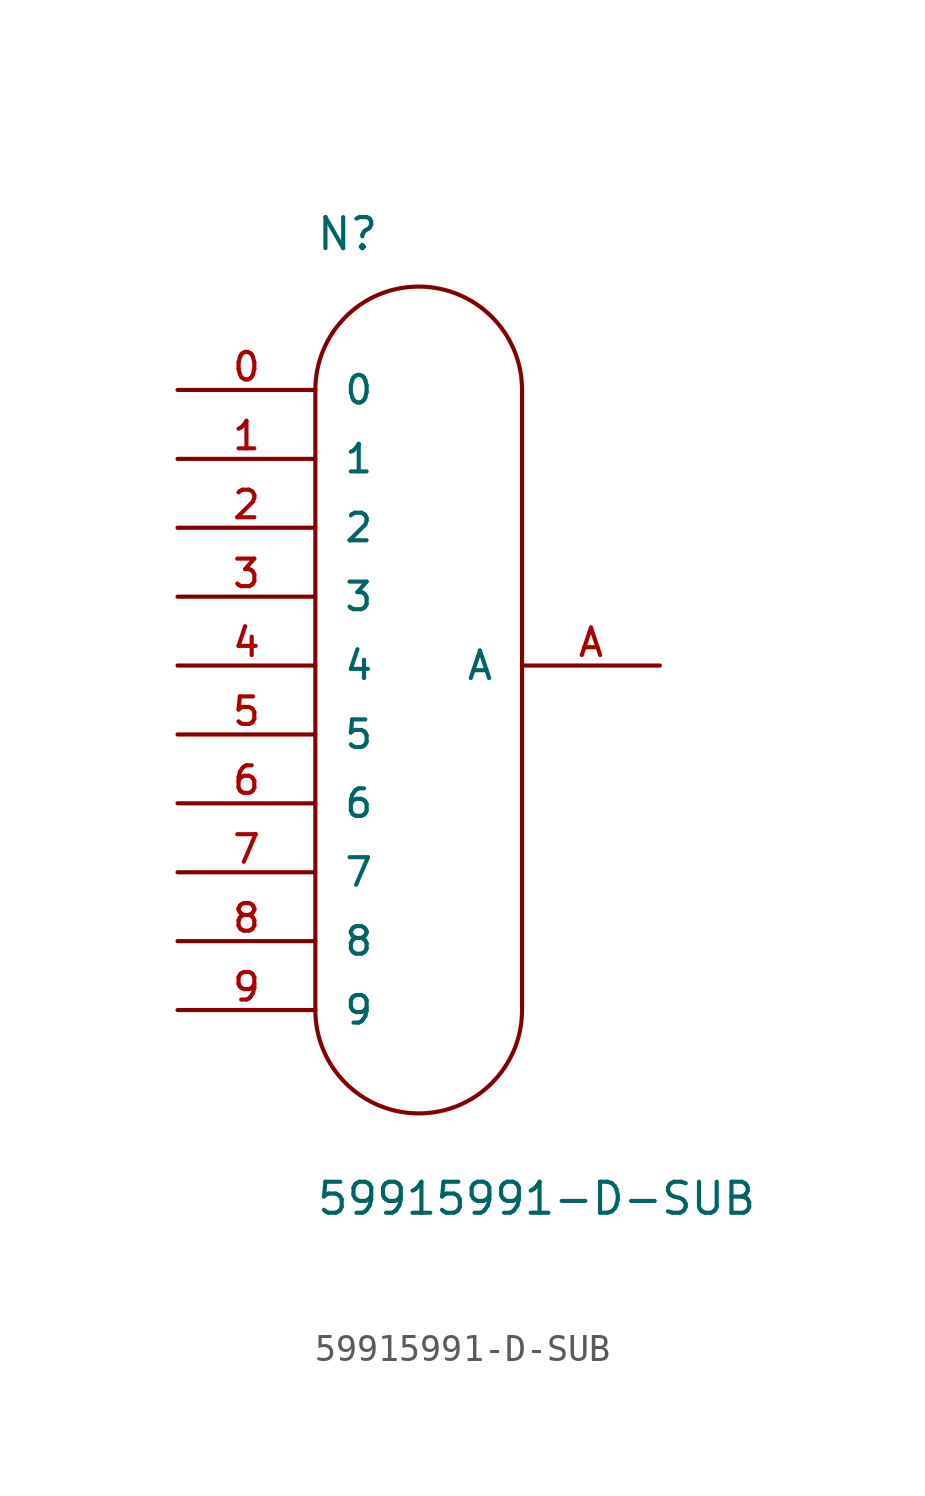
<source format=kicad_sym>
(kicad_symbol_lib
  (version 20241209)
  (generator "kicad_symbol_editor")
  (generator_version "9.0")
  (symbol "59915991-D-SUB"
    (pin_names
      (offset 1.016))
    (property "Reference" "N"
      (at -22.86 12.7 0)
      (effects (font (size 1.143 1.143)) (justify left bottom)))
    (property "Value" "59915991-D-SUB"
      (at -22.86 -22.86 0)
      (effects (font (size 1.143 1.143)) (justify left bottom)))
    (property "ki_locked" ""
      (at 0 0 0)
      (effects (font (size 1.27 1.27))))
    (symbol "59915991-D-SUB_1_0"
      (polyline (pts (xy -22.86 7.62) (xy -22.86 -15.24)) (stroke (width 0) (type solid)) (fill (type none)))
      (polyline (pts (xy -15.24 7.62) (xy -15.24 -15.24)) (stroke (width 0) (type solid)) (fill (type none))))
    (symbol "59915991-D-SUB_1_1"
      (arc (start -22.86 7.62) (mid -19.05 11.43) (end -15.24 7.62) (stroke (width 0) (type solid)) (fill (type none)))
      (arc (start -15.24 -15.24) (mid -19.05 -19.05) (end -22.86 -15.24) (stroke (width 0) (type solid)) (fill (type none)))
      (pin passive line (at -27.94 7.62 0) (length 5.08) (name "0" (effects (font (size 1.016 1.016)))) (number "0" (effects (font (size 1.016 1.016)))))
      (pin passive line (at -27.94 5.08 0) (length 5.08) (name "1" (effects (font (size 1.016 1.016)))) (number "1" (effects (font (size 1.016 1.016)))))
      (pin passive line (at -27.94 2.54 0) (length 5.08) (name "2" (effects (font (size 1.016 1.016)))) (number "2" (effects (font (size 1.016 1.016)))))
      (pin passive line (at -27.94 0 0) (length 5.08) (name "3" (effects (font (size 1.016 1.016)))) (number "3" (effects (font (size 1.016 1.016)))))
      (pin passive line (at -27.94 -2.54 0) (length 5.08) (name "4" (effects (font (size 1.016 1.016)))) (number "4" (effects (font (size 1.016 1.016)))))
      (pin passive line (at -27.94 -5.08 0) (length 5.08) (name "5" (effects (font (size 1.016 1.016)))) (number "5" (effects (font (size 1.016 1.016)))))
      (pin passive line (at -27.94 -7.62 0) (length 5.08) (name "6" (effects (font (size 1.016 1.016)))) (number "6" (effects (font (size 1.016 1.016)))))
      (pin passive line (at -27.94 -10.16 0) (length 5.08) (name "7" (effects (font (size 1.016 1.016)))) (number "7" (effects (font (size 1.016 1.016)))))
      (pin passive line (at -27.94 -12.7 0) (length 5.08) (name "8" (effects (font (size 1.016 1.016)))) (number "8" (effects (font (size 1.016 1.016)))))
      (pin passive line (at -27.94 -15.24 0) (length 5.08) (name "9" (effects (font (size 1.016 1.016)))) (number "9" (effects (font (size 1.016 1.016)))))
      (pin passive line (at -10.16 -2.54 180) (length 5.08) (name "A" (effects (font (size 1.016 1.016)))) (number "A" (effects (font (size 1.016 1.016))))))))
</source>
